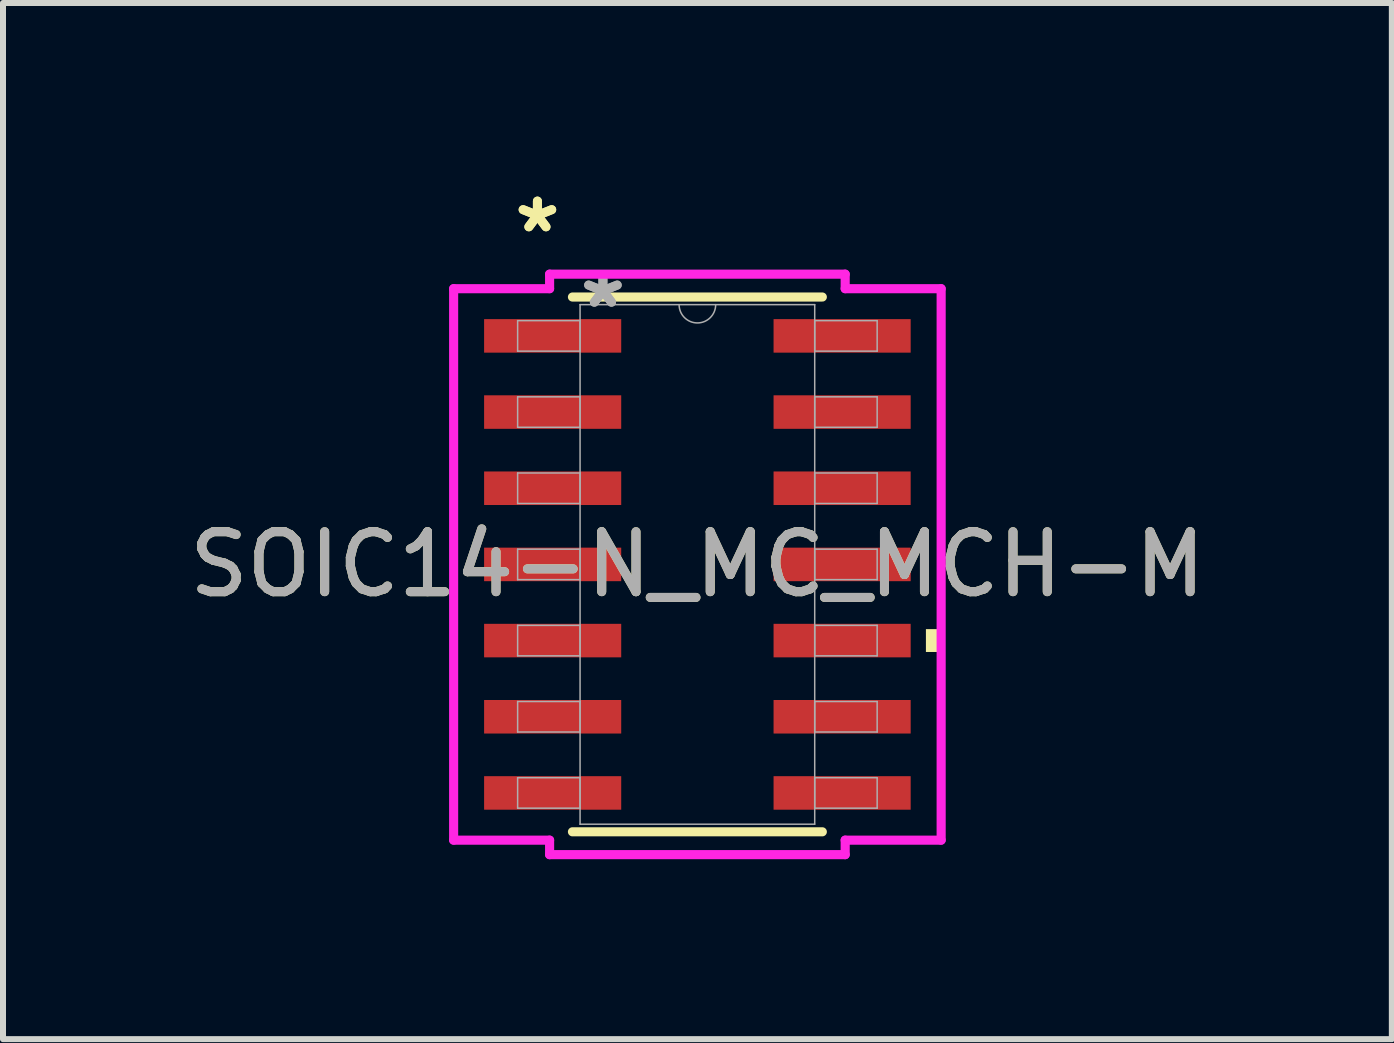
<source format=kicad_pcb>
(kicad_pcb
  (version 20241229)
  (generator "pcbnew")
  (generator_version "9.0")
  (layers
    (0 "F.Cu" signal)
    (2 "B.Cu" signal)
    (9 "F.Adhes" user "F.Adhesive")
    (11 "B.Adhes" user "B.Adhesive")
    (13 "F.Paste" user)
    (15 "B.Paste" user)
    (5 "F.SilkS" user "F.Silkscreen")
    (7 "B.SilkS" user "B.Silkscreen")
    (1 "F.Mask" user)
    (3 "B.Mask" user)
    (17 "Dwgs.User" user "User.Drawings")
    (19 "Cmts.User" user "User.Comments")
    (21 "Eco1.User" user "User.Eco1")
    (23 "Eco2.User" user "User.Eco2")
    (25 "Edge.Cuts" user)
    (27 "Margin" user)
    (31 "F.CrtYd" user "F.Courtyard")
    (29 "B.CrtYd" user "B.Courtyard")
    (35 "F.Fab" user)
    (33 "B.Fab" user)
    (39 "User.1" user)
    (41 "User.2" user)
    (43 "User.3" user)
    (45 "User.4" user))
  (footprint "SOIC14-N_MC_MCH-M"
    (layer "F.Cu")
    (at 8.577 6.36)
    (property "Reference" "SOIC14-N_MC_MCH-M" (at 0 0 0) (unlocked yes) (layer "F.SilkS") (effects (font (size 1 1) (thickness 0.15))))
    (attr smd)
    (fp_line (start -2.083 4.458) (end 2.083 4.458) (stroke (width 0.152) (type solid)) (layer "F.SilkS"))
    (fp_line (start 2.083 -4.458) (end -2.083 -4.458) (stroke (width 0.152) (type solid)) (layer "F.SilkS"))
    (fp_poly (pts (xy 4.064 1.079) (xy 4.064 1.46) (xy 3.81 1.46) (xy 3.81 1.079)) (stroke (width 0) (type solid)) (fill yes) (layer "F.SilkS"))
    (fp_line (start -4.064 -4.597) (end -2.464 -4.597) (stroke (width 0.152) (type solid)) (layer "F.CrtYd"))
    (fp_line (start -4.064 4.597) (end -4.064 -4.597) (stroke (width 0.152) (type solid)) (layer "F.CrtYd"))
    (fp_line (start -4.064 4.597) (end -2.464 4.597) (stroke (width 0.152) (type solid)) (layer "F.CrtYd"))
    (fp_line (start -2.464 -4.839) (end 2.464 -4.839) (stroke (width 0.152) (type solid)) (layer "F.CrtYd"))
    (fp_line (start -2.464 -4.597) (end -2.464 -4.839) (stroke (width 0.152) (type solid)) (layer "F.CrtYd"))
    (fp_line (start -2.464 4.839) (end -2.464 4.597) (stroke (width 0.152) (type solid)) (layer "F.CrtYd"))
    (fp_line (start 2.464 -4.839) (end 2.464 -4.597) (stroke (width 0.152) (type solid)) (layer "F.CrtYd"))
    (fp_line (start 2.464 4.597) (end 2.464 4.839) (stroke (width 0.152) (type solid)) (layer "F.CrtYd"))
    (fp_line (start 2.464 4.839) (end -2.464 4.839) (stroke (width 0.152) (type solid)) (layer "F.CrtYd"))
    (fp_line (start 4.064 -4.597) (end 2.464 -4.597) (stroke (width 0.152) (type solid)) (layer "F.CrtYd"))
    (fp_line (start 4.064 -4.597) (end 4.064 4.597) (stroke (width 0.152) (type solid)) (layer "F.CrtYd"))
    (fp_line (start 4.064 4.597) (end 2.464 4.597) (stroke (width 0.152) (type solid)) (layer "F.CrtYd"))
    (fp_line (start -2.997 -4.064) (end -2.997 -3.556) (stroke (width 0.025) (type solid)) (layer "F.Fab"))
    (fp_line (start -2.997 -3.556) (end -1.956 -3.556) (stroke (width 0.025) (type solid)) (layer "F.Fab"))
    (fp_line (start -2.997 -2.794) (end -2.997 -2.286) (stroke (width 0.025) (type solid)) (layer "F.Fab"))
    (fp_line (start -2.997 -2.286) (end -1.956 -2.286) (stroke (width 0.025) (type solid)) (layer "F.Fab"))
    (fp_line (start -2.997 -1.524) (end -2.997 -1.016) (stroke (width 0.025) (type solid)) (layer "F.Fab"))
    (fp_line (start -2.997 -1.016) (end -1.956 -1.016) (stroke (width 0.025) (type solid)) (layer "F.Fab"))
    (fp_line (start -2.997 -0.254) (end -2.997 0.254) (stroke (width 0.025) (type solid)) (layer "F.Fab"))
    (fp_line (start -2.997 0.254) (end -1.956 0.254) (stroke (width 0.025) (type solid)) (layer "F.Fab"))
    (fp_line (start -2.997 1.016) (end -2.997 1.524) (stroke (width 0.025) (type solid)) (layer "F.Fab"))
    (fp_line (start -2.997 1.524) (end -1.956 1.524) (stroke (width 0.025) (type solid)) (layer "F.Fab"))
    (fp_line (start -2.997 2.286) (end -2.997 2.794) (stroke (width 0.025) (type solid)) (layer "F.Fab"))
    (fp_line (start -2.997 2.794) (end -1.956 2.794) (stroke (width 0.025) (type solid)) (layer "F.Fab"))
    (fp_line (start -2.997 3.556) (end -2.997 4.064) (stroke (width 0.025) (type solid)) (layer "F.Fab"))
    (fp_line (start -2.997 4.064) (end -1.956 4.064) (stroke (width 0.025) (type solid)) (layer "F.Fab"))
    (fp_line (start -1.956 -4.331) (end -1.956 4.331) (stroke (width 0.025) (type solid)) (layer "F.Fab"))
    (fp_line (start -1.956 -4.064) (end -2.997 -4.064) (stroke (width 0.025) (type solid)) (layer "F.Fab"))
    (fp_line (start -1.956 -3.556) (end -1.956 -4.064) (stroke (width 0.025) (type solid)) (layer "F.Fab"))
    (fp_line (start -1.956 -2.794) (end -2.997 -2.794) (stroke (width 0.025) (type solid)) (layer "F.Fab"))
    (fp_line (start -1.956 -2.286) (end -1.956 -2.794) (stroke (width 0.025) (type solid)) (layer "F.Fab"))
    (fp_line (start -1.956 -1.524) (end -2.997 -1.524) (stroke (width 0.025) (type solid)) (layer "F.Fab"))
    (fp_line (start -1.956 -1.016) (end -1.956 -1.524) (stroke (width 0.025) (type solid)) (layer "F.Fab"))
    (fp_line (start -1.956 -0.254) (end -2.997 -0.254) (stroke (width 0.025) (type solid)) (layer "F.Fab"))
    (fp_line (start -1.956 0.254) (end -1.956 -0.254) (stroke (width 0.025) (type solid)) (layer "F.Fab"))
    (fp_line (start -1.956 1.016) (end -2.997 1.016) (stroke (width 0.025) (type solid)) (layer "F.Fab"))
    (fp_line (start -1.956 1.524) (end -1.956 1.016) (stroke (width 0.025) (type solid)) (layer "F.Fab"))
    (fp_line (start -1.956 2.286) (end -2.997 2.286) (stroke (width 0.025) (type solid)) (layer "F.Fab"))
    (fp_line (start -1.956 2.794) (end -1.956 2.286) (stroke (width 0.025) (type solid)) (layer "F.Fab"))
    (fp_line (start -1.956 3.556) (end -2.997 3.556) (stroke (width 0.025) (type solid)) (layer "F.Fab"))
    (fp_line (start -1.956 4.064) (end -1.956 3.556) (stroke (width 0.025) (type solid)) (layer "F.Fab"))
    (fp_line (start -1.956 4.331) (end 1.956 4.331) (stroke (width 0.025) (type solid)) (layer "F.Fab"))
    (fp_line (start 1.956 -4.331) (end -1.956 -4.331) (stroke (width 0.025) (type solid)) (layer "F.Fab"))
    (fp_line (start 1.956 -4.064) (end 1.956 -3.556) (stroke (width 0.025) (type solid)) (layer "F.Fab"))
    (fp_line (start 1.956 -3.556) (end 2.997 -3.556) (stroke (width 0.025) (type solid)) (layer "F.Fab"))
    (fp_line (start 1.956 -2.794) (end 1.956 -2.286) (stroke (width 0.025) (type solid)) (layer "F.Fab"))
    (fp_line (start 1.956 -2.286) (end 2.997 -2.286) (stroke (width 0.025) (type solid)) (layer "F.Fab"))
    (fp_line (start 1.956 -1.524) (end 1.956 -1.016) (stroke (width 0.025) (type solid)) (layer "F.Fab"))
    (fp_line (start 1.956 -1.016) (end 2.997 -1.016) (stroke (width 0.025) (type solid)) (layer "F.Fab"))
    (fp_line (start 1.956 -0.254) (end 1.956 0.254) (stroke (width 0.025) (type solid)) (layer "F.Fab"))
    (fp_line (start 1.956 0.254) (end 2.997 0.254) (stroke (width 0.025) (type solid)) (layer "F.Fab"))
    (fp_line (start 1.956 1.016) (end 1.956 1.524) (stroke (width 0.025) (type solid)) (layer "F.Fab"))
    (fp_line (start 1.956 1.524) (end 2.997 1.524) (stroke (width 0.025) (type solid)) (layer "F.Fab"))
    (fp_line (start 1.956 2.286) (end 1.956 2.794) (stroke (width 0.025) (type solid)) (layer "F.Fab"))
    (fp_line (start 1.956 2.794) (end 2.997 2.794) (stroke (width 0.025) (type solid)) (layer "F.Fab"))
    (fp_line (start 1.956 3.556) (end 1.956 4.064) (stroke (width 0.025) (type solid)) (layer "F.Fab"))
    (fp_line (start 1.956 4.064) (end 2.997 4.064) (stroke (width 0.025) (type solid)) (layer "F.Fab"))
    (fp_line (start 1.956 4.331) (end 1.956 -4.331) (stroke (width 0.025) (type solid)) (layer "F.Fab"))
    (fp_line (start 2.997 -4.064) (end 1.956 -4.064) (stroke (width 0.025) (type solid)) (layer "F.Fab"))
    (fp_line (start 2.997 -3.556) (end 2.997 -4.064) (stroke (width 0.025) (type solid)) (layer "F.Fab"))
    (fp_line (start 2.997 -2.794) (end 1.956 -2.794) (stroke (width 0.025) (type solid)) (layer "F.Fab"))
    (fp_line (start 2.997 -2.286) (end 2.997 -2.794) (stroke (width 0.025) (type solid)) (layer "F.Fab"))
    (fp_line (start 2.997 -1.524) (end 1.956 -1.524) (stroke (width 0.025) (type solid)) (layer "F.Fab"))
    (fp_line (start 2.997 -1.016) (end 2.997 -1.524) (stroke (width 0.025) (type solid)) (layer "F.Fab"))
    (fp_line (start 2.997 -0.254) (end 1.956 -0.254) (stroke (width 0.025) (type solid)) (layer "F.Fab"))
    (fp_line (start 2.997 0.254) (end 2.997 -0.254) (stroke (width 0.025) (type solid)) (layer "F.Fab"))
    (fp_line (start 2.997 1.016) (end 1.956 1.016) (stroke (width 0.025) (type solid)) (layer "F.Fab"))
    (fp_line (start 2.997 1.524) (end 2.997 1.016) (stroke (width 0.025) (type solid)) (layer "F.Fab"))
    (fp_line (start 2.997 2.286) (end 1.956 2.286) (stroke (width 0.025) (type solid)) (layer "F.Fab"))
    (fp_line (start 2.997 2.794) (end 2.997 2.286) (stroke (width 0.025) (type solid)) (layer "F.Fab"))
    (fp_line (start 2.997 3.556) (end 1.956 3.556) (stroke (width 0.025) (type solid)) (layer "F.Fab"))
    (fp_line (start 2.997 4.064) (end 2.997 3.556) (stroke (width 0.025) (type solid)) (layer "F.Fab"))
    (fp_arc (start 0.3048 -4.3307) (mid 0 -4.0259) (end -0.3048 -4.3307) (stroke (width 0.0254) (type solid)) (layer "F.Fab"))
    (fp_text user "*" (at -2.667 -5.512 0) (unlocked yes) (layer "F.SilkS") (effects (font (size 1 1) (thickness 0.15))))
    (fp_text user "*" (at -2.667 -5.512 0) (layer "F.SilkS") (effects (font (size 1 1) (thickness 0.15))))
    (fp_text user "*" (at -1.575 -4.255 0) (unlocked yes) (layer "F.Fab") (effects (font (size 1 1) (thickness 0.15))))
    (fp_text user "*" (at -1.575 -4.255 0) (layer "F.Fab") (effects (font (size 1 1) (thickness 0.15))))
    (fp_text user "${REFERENCE}" (at 0 0 0) (unlocked yes) (layer "F.Fab") (effects (font (size 1 1) (thickness 0.15))))
    (pad "1" smd rect (at -2.413 -3.81) (size 2.286 0.559) (layers "F.Cu" "F.Mask" "F.Paste"))
    (pad "2" smd rect (at -2.413 -2.54) (size 2.286 0.559) (layers "F.Cu" "F.Mask" "F.Paste"))
    (pad "3" smd rect (at -2.413 -1.27) (size 2.286 0.559) (layers "F.Cu" "F.Mask" "F.Paste"))
    (pad "4" smd rect (at -2.413 0) (size 2.286 0.559) (layers "F.Cu" "F.Mask" "F.Paste"))
    (pad "5" smd rect (at -2.413 1.27) (size 2.286 0.559) (layers "F.Cu" "F.Mask" "F.Paste"))
    (pad "6" smd rect (at -2.413 2.54) (size 2.286 0.559) (layers "F.Cu" "F.Mask" "F.Paste"))
    (pad "7" smd rect (at -2.413 3.81) (size 2.286 0.559) (layers "F.Cu" "F.Mask" "F.Paste"))
    (pad "8" smd rect (at 2.413 3.81) (size 2.286 0.559) (layers "F.Cu" "F.Mask" "F.Paste"))
    (pad "9" smd rect (at 2.413 2.54) (size 2.286 0.559) (layers "F.Cu" "F.Mask" "F.Paste"))
    (pad "10" smd rect (at 2.413 1.27) (size 2.286 0.559) (layers "F.Cu" "F.Mask" "F.Paste"))
    (pad "11" smd rect (at 2.413 0) (size 2.286 0.559) (layers "F.Cu" "F.Mask" "F.Paste"))
    (pad "12" smd rect (at 2.413 -1.27) (size 2.286 0.559) (layers "F.Cu" "F.Mask" "F.Paste"))
    (pad "13" smd rect (at 2.413 -2.54) (size 2.286 0.559) (layers "F.Cu" "F.Mask" "F.Paste"))
    (pad "14" smd rect (at 2.413 -3.81) (size 2.286 0.559) (layers "F.Cu" "F.Mask" "F.Paste")))
  (gr_rect
    (start -3 -3)
    (end 20.155 14.275)
    (stroke (width 0.1) (type default))
    (fill no)
    (layer "Edge.Cuts")))
</source>
